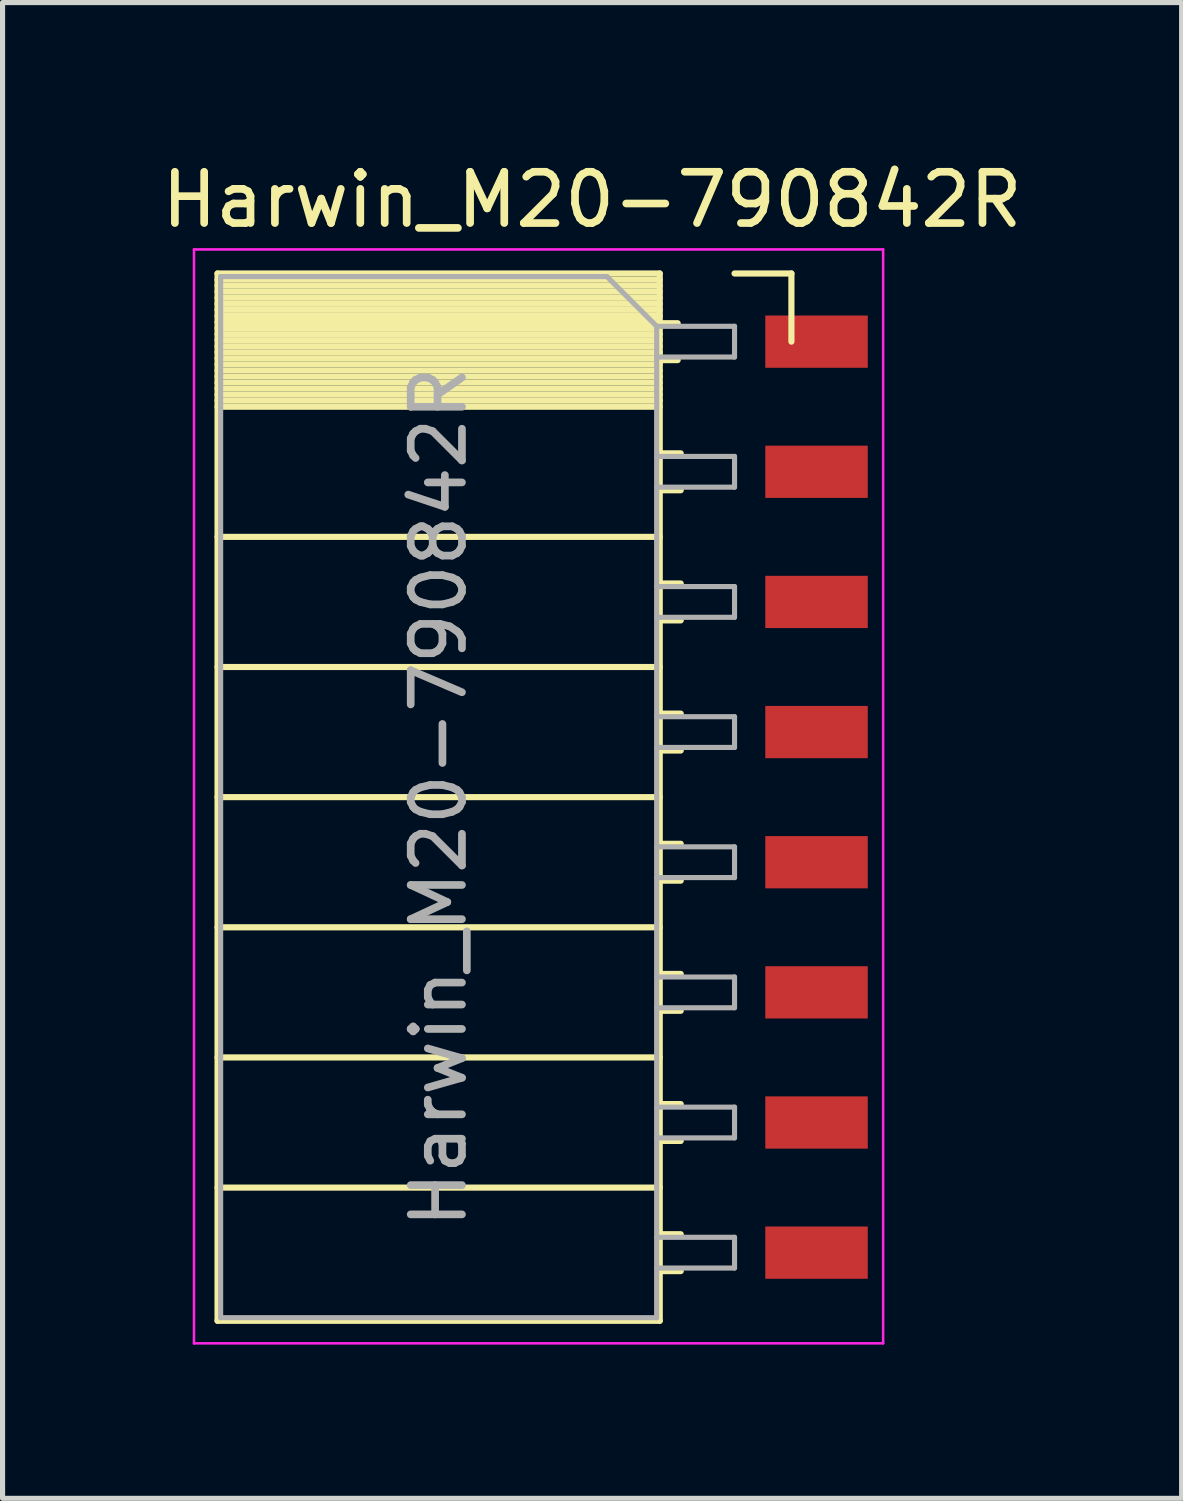
<source format=kicad_pcb>
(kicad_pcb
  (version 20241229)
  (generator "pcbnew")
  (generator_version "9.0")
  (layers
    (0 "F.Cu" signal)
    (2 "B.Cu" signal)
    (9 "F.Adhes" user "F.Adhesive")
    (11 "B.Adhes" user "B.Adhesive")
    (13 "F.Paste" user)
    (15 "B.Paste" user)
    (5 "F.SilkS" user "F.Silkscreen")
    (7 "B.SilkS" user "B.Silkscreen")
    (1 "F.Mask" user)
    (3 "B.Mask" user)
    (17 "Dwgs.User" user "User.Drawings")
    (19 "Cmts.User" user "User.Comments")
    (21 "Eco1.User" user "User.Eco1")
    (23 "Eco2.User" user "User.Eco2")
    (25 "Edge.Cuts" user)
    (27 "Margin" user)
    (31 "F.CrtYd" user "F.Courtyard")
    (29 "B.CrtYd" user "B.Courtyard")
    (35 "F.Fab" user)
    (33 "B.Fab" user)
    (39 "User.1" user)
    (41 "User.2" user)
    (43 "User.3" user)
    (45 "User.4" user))
  (footprint "Harwin_M20-790842R"
    (layer "F.Cu")
    (at 12.886 12.518)
    (property "Reference" "Harwin_M20-790842R" (at -4.38 -11.67 0) (layer "F.SilkS") (effects (font (size 1 1) (thickness 0.15))))
    (attr through_hole)
    (fp_line (start -11.69 -10.23) (end -11.69 10.21) (stroke (width 0.12) (type solid)) (layer "F.SilkS"))
    (fp_line (start -11.69 -10.23) (end -3.06 -10.23) (stroke (width 0.12) (type solid)) (layer "F.SilkS"))
    (fp_line (start -11.69 -10.11) (end -3.06 -10.11) (stroke (width 0.12) (type solid)) (layer "F.SilkS"))
    (fp_line (start -11.69 -9.992) (end -3.06 -9.992) (stroke (width 0.12) (type solid)) (layer "F.SilkS"))
    (fp_line (start -11.69 -9.874) (end -3.06 -9.874) (stroke (width 0.12) (type solid)) (layer "F.SilkS"))
    (fp_line (start -11.69 -9.756) (end -3.06 -9.756) (stroke (width 0.12) (type solid)) (layer "F.SilkS"))
    (fp_line (start -11.69 -9.638) (end -3.06 -9.638) (stroke (width 0.12) (type solid)) (layer "F.SilkS"))
    (fp_line (start -11.69 -9.52) (end -3.06 -9.52) (stroke (width 0.12) (type solid)) (layer "F.SilkS"))
    (fp_line (start -11.69 -9.401) (end -3.06 -9.401) (stroke (width 0.12) (type solid)) (layer "F.SilkS"))
    (fp_line (start -11.69 -9.283) (end -3.06 -9.283) (stroke (width 0.12) (type solid)) (layer "F.SilkS"))
    (fp_line (start -11.69 -9.165) (end -3.06 -9.165) (stroke (width 0.12) (type solid)) (layer "F.SilkS"))
    (fp_line (start -11.69 -9.047) (end -3.06 -9.047) (stroke (width 0.12) (type solid)) (layer "F.SilkS"))
    (fp_line (start -11.69 -8.929) (end -3.06 -8.929) (stroke (width 0.12) (type solid)) (layer "F.SilkS"))
    (fp_line (start -11.69 -8.811) (end -3.06 -8.811) (stroke (width 0.12) (type solid)) (layer "F.SilkS"))
    (fp_line (start -11.69 -8.693) (end -3.06 -8.693) (stroke (width 0.12) (type solid)) (layer "F.SilkS"))
    (fp_line (start -11.69 -8.575) (end -3.06 -8.575) (stroke (width 0.12) (type solid)) (layer "F.SilkS"))
    (fp_line (start -11.69 -8.457) (end -3.06 -8.457) (stroke (width 0.12) (type solid)) (layer "F.SilkS"))
    (fp_line (start -11.69 -8.339) (end -3.06 -8.339) (stroke (width 0.12) (type solid)) (layer "F.SilkS"))
    (fp_line (start -11.69 -8.22) (end -3.06 -8.22) (stroke (width 0.12) (type solid)) (layer "F.SilkS"))
    (fp_line (start -11.69 -8.102) (end -3.06 -8.102) (stroke (width 0.12) (type solid)) (layer "F.SilkS"))
    (fp_line (start -11.69 -7.984) (end -3.06 -7.984) (stroke (width 0.12) (type solid)) (layer "F.SilkS"))
    (fp_line (start -11.69 -7.866) (end -3.06 -7.866) (stroke (width 0.12) (type solid)) (layer "F.SilkS"))
    (fp_line (start -11.69 -7.748) (end -3.06 -7.748) (stroke (width 0.12) (type solid)) (layer "F.SilkS"))
    (fp_line (start -11.69 -7.63) (end -3.06 -7.63) (stroke (width 0.12) (type solid)) (layer "F.SilkS"))
    (fp_line (start -11.69 -5.09) (end -3.06 -5.09) (stroke (width 0.12) (type solid)) (layer "F.SilkS"))
    (fp_line (start -11.69 -2.55) (end -3.06 -2.55) (stroke (width 0.12) (type solid)) (layer "F.SilkS"))
    (fp_line (start -11.69 -0.01) (end -3.06 -0.01) (stroke (width 0.12) (type solid)) (layer "F.SilkS"))
    (fp_line (start -11.69 2.53) (end -3.06 2.53) (stroke (width 0.12) (type solid)) (layer "F.SilkS"))
    (fp_line (start -11.69 5.07) (end -3.06 5.07) (stroke (width 0.12) (type solid)) (layer "F.SilkS"))
    (fp_line (start -11.69 7.61) (end -3.06 7.61) (stroke (width 0.12) (type solid)) (layer "F.SilkS"))
    (fp_line (start -11.69 10.21) (end -3.06 10.21) (stroke (width 0.12) (type solid)) (layer "F.SilkS"))
    (fp_line (start -3.06 -10.23) (end -3.06 10.21) (stroke (width 0.12) (type solid)) (layer "F.SilkS"))
    (fp_line (start -3.06 -9.26) (end -2.71 -9.26) (stroke (width 0.12) (type solid)) (layer "F.SilkS"))
    (fp_line (start -3.06 -8.54) (end -2.71 -8.54) (stroke (width 0.12) (type solid)) (layer "F.SilkS"))
    (fp_line (start -3.06 -6.72) (end -2.65 -6.72) (stroke (width 0.12) (type solid)) (layer "F.SilkS"))
    (fp_line (start -3.06 -6) (end -2.65 -6) (stroke (width 0.12) (type solid)) (layer "F.SilkS"))
    (fp_line (start -3.06 -4.18) (end -2.65 -4.18) (stroke (width 0.12) (type solid)) (layer "F.SilkS"))
    (fp_line (start -3.06 -3.46) (end -2.65 -3.46) (stroke (width 0.12) (type solid)) (layer "F.SilkS"))
    (fp_line (start -3.06 -1.64) (end -2.65 -1.64) (stroke (width 0.12) (type solid)) (layer "F.SilkS"))
    (fp_line (start -3.06 -0.92) (end -2.65 -0.92) (stroke (width 0.12) (type solid)) (layer "F.SilkS"))
    (fp_line (start -3.06 0.9) (end -2.65 0.9) (stroke (width 0.12) (type solid)) (layer "F.SilkS"))
    (fp_line (start -3.06 1.62) (end -2.65 1.62) (stroke (width 0.12) (type solid)) (layer "F.SilkS"))
    (fp_line (start -3.06 3.44) (end -2.65 3.44) (stroke (width 0.12) (type solid)) (layer "F.SilkS"))
    (fp_line (start -3.06 4.16) (end -2.65 4.16) (stroke (width 0.12) (type solid)) (layer "F.SilkS"))
    (fp_line (start -3.06 5.98) (end -2.65 5.98) (stroke (width 0.12) (type solid)) (layer "F.SilkS"))
    (fp_line (start -3.06 6.7) (end -2.65 6.7) (stroke (width 0.12) (type solid)) (layer "F.SilkS"))
    (fp_line (start -3.06 8.52) (end -2.65 8.52) (stroke (width 0.12) (type solid)) (layer "F.SilkS"))
    (fp_line (start -3.06 9.24) (end -2.65 9.24) (stroke (width 0.12) (type solid)) (layer "F.SilkS"))
    (fp_line (start -1.6 -10.23) (end -0.49 -10.23) (stroke (width 0.12) (type solid)) (layer "F.SilkS"))
    (fp_line (start -0.49 -10.23) (end -0.49 -8.9) (stroke (width 0.12) (type solid)) (layer "F.SilkS"))
    (fp_line (start -12.15 -10.7) (end -12.15 10.65) (stroke (width 0.05) (type solid)) (layer "F.CrtYd"))
    (fp_line (start -12.15 10.65) (end 1.3 10.65) (stroke (width 0.05) (type solid)) (layer "F.CrtYd"))
    (fp_line (start 1.3 -10.7) (end -12.15 -10.7) (stroke (width 0.05) (type solid)) (layer "F.CrtYd"))
    (fp_line (start 1.3 10.65) (end 1.3 -10.7) (stroke (width 0.05) (type solid)) (layer "F.CrtYd"))
    (fp_line (start -11.63 -10.17) (end -4.09 -10.17) (stroke (width 0.1) (type solid)) (layer "F.Fab"))
    (fp_line (start -11.63 10.15) (end -11.63 -10.17) (stroke (width 0.1) (type solid)) (layer "F.Fab"))
    (fp_line (start -4.09 -10.17) (end -3.12 -9.2) (stroke (width 0.1) (type solid)) (layer "F.Fab"))
    (fp_line (start -3.12 -9.2) (end -3.12 10.15) (stroke (width 0.1) (type solid)) (layer "F.Fab"))
    (fp_line (start -3.12 -8.6) (end -1.6 -8.6) (stroke (width 0.1) (type solid)) (layer "F.Fab"))
    (fp_line (start -3.12 -6.06) (end -1.6 -6.06) (stroke (width 0.1) (type solid)) (layer "F.Fab"))
    (fp_line (start -3.12 -3.52) (end -1.6 -3.52) (stroke (width 0.1) (type solid)) (layer "F.Fab"))
    (fp_line (start -3.12 -0.98) (end -1.6 -0.98) (stroke (width 0.1) (type solid)) (layer "F.Fab"))
    (fp_line (start -3.12 1.56) (end -1.6 1.56) (stroke (width 0.1) (type solid)) (layer "F.Fab"))
    (fp_line (start -3.12 4.1) (end -1.6 4.1) (stroke (width 0.1) (type solid)) (layer "F.Fab"))
    (fp_line (start -3.12 6.64) (end -1.6 6.64) (stroke (width 0.1) (type solid)) (layer "F.Fab"))
    (fp_line (start -3.12 9.18) (end -1.6 9.18) (stroke (width 0.1) (type solid)) (layer "F.Fab"))
    (fp_line (start -3.12 10.15) (end -11.63 10.15) (stroke (width 0.1) (type solid)) (layer "F.Fab"))
    (fp_line (start -1.6 -9.2) (end -3.12 -9.2) (stroke (width 0.1) (type solid)) (layer "F.Fab"))
    (fp_line (start -1.6 -8.6) (end -1.6 -9.2) (stroke (width 0.1) (type solid)) (layer "F.Fab"))
    (fp_line (start -1.6 -6.66) (end -3.12 -6.66) (stroke (width 0.1) (type solid)) (layer "F.Fab"))
    (fp_line (start -1.6 -6.06) (end -1.6 -6.66) (stroke (width 0.1) (type solid)) (layer "F.Fab"))
    (fp_line (start -1.6 -4.12) (end -3.12 -4.12) (stroke (width 0.1) (type solid)) (layer "F.Fab"))
    (fp_line (start -1.6 -3.52) (end -1.6 -4.12) (stroke (width 0.1) (type solid)) (layer "F.Fab"))
    (fp_line (start -1.6 -1.58) (end -3.12 -1.58) (stroke (width 0.1) (type solid)) (layer "F.Fab"))
    (fp_line (start -1.6 -0.98) (end -1.6 -1.58) (stroke (width 0.1) (type solid)) (layer "F.Fab"))
    (fp_line (start -1.6 0.96) (end -3.12 0.96) (stroke (width 0.1) (type solid)) (layer "F.Fab"))
    (fp_line (start -1.6 1.56) (end -1.6 0.96) (stroke (width 0.1) (type solid)) (layer "F.Fab"))
    (fp_line (start -1.6 3.5) (end -3.12 3.5) (stroke (width 0.1) (type solid)) (layer "F.Fab"))
    (fp_line (start -1.6 4.1) (end -1.6 3.5) (stroke (width 0.1) (type solid)) (layer "F.Fab"))
    (fp_line (start -1.6 6.04) (end -3.12 6.04) (stroke (width 0.1) (type solid)) (layer "F.Fab"))
    (fp_line (start -1.6 6.64) (end -1.6 6.04) (stroke (width 0.1) (type solid)) (layer "F.Fab"))
    (fp_line (start -1.6 8.58) (end -3.12 8.58) (stroke (width 0.1) (type solid)) (layer "F.Fab"))
    (fp_line (start -1.6 9.18) (end -1.6 8.58) (stroke (width 0.1) (type solid)) (layer "F.Fab"))
    (fp_text user "${REFERENCE}" (at -7.375 -0.01 90) (layer "F.Fab") (effects (font (size 1 1) (thickness 0.15))))
    (pad "1" smd rect (at 0 -8.9) (size 2 1.02) (layers "F.Cu" "F.Mask" "F.Paste"))
    (pad "2" smd rect (at 0 -6.36) (size 2 1.02) (layers "F.Cu" "F.Mask" "F.Paste"))
    (pad "3" smd rect (at 0 -3.82) (size 2 1.02) (layers "F.Cu" "F.Mask" "F.Paste"))
    (pad "4" smd rect (at 0 -1.28) (size 2 1.02) (layers "F.Cu" "F.Mask" "F.Paste"))
    (pad "5" smd rect (at 0 1.26) (size 2 1.02) (layers "F.Cu" "F.Mask" "F.Paste"))
    (pad "6" smd rect (at 0 3.8) (size 2 1.02) (layers "F.Cu" "F.Mask" "F.Paste"))
    (pad "7" smd rect (at 0 6.34) (size 2 1.02) (layers "F.Cu" "F.Mask" "F.Paste"))
    (pad "8" smd rect (at 0 8.88) (size 2 1.02) (layers "F.Cu" "F.Mask" "F.Paste")))
  (gr_rect
    (start -3 -3)
    (end 20.012 26.193)
    (stroke (width 0.1) (type default))
    (fill no)
    (layer "Edge.Cuts")))
</source>
